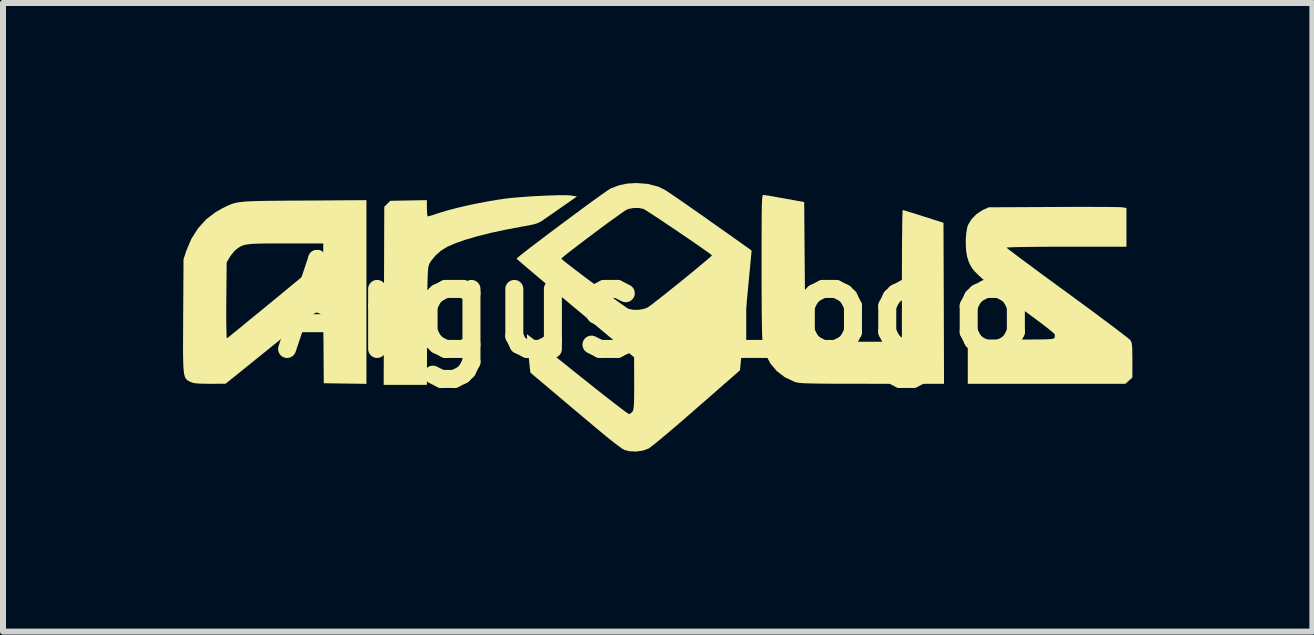
<source format=kicad_pcb>
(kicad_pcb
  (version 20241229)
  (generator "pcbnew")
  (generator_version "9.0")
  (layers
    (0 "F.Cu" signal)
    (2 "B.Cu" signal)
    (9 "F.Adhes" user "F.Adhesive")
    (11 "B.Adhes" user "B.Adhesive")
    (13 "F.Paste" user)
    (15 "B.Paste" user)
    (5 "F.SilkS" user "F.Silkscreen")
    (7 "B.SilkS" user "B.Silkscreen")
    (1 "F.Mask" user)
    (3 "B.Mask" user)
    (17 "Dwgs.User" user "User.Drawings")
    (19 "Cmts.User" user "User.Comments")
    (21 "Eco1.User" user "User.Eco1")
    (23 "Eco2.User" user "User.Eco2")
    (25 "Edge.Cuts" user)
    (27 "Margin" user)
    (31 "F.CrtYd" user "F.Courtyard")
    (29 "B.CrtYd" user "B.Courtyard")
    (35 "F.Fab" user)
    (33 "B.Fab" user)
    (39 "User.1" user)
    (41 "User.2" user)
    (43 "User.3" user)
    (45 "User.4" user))
  (footprint "Argus Logo"
    (layer "F.Cu")
    (at 7.877 2.086)
    (property "Reference" "Argus Logo" (at 0 0 0) (layer "F.SilkS") (effects (font (size 1.5 1.5) (thickness 0.3))))
    (attr board_only exclude_from_pos_files exclude_from_bom)
    (fp_poly (pts (xy -1.454 -1.882) (xy -1.408 -1.878) (xy -1.314 -1.862) (xy -1.533 -1.709) (xy -1.622 -1.647) (xy -1.71 -1.585) (xy -1.79 -1.53) (xy -1.851 -1.488) (xy -1.861 -1.48) (xy -1.905 -1.451) (xy -1.945 -1.429) (xy -1.988 -1.411) (xy -2.041 -1.396) (xy -2.113 -1.381) (xy -2.211 -1.363) (xy -2.24 -1.358) (xy -2.506 -1.308) (xy -2.751 -1.255) (xy -2.974 -1.199) (xy -3.17 -1.142) (xy -3.336 -1.084) (xy -3.47 -1.026) (xy -3.478 -1.022) (xy -3.579 -0.959) (xy -3.671 -0.878) (xy -3.744 -0.789) (xy -3.771 -0.743) (xy -3.778 -0.726) (xy -3.784 -0.706) (xy -3.79 -0.681) (xy -3.794 -0.646) (xy -3.798 -0.599) (xy -3.8 -0.536) (xy -3.803 -0.456) (xy -3.805 -0.354) (xy -3.806 -0.228) (xy -3.807 -0.075) (xy -3.809 0.108) (xy -3.81 0.301) (xy -3.814 1.277) (xy -4.174 1.277) (xy -4.534 1.277) (xy -4.529 -0.206) (xy -4.524 -1.69) (xy -4.474 -1.74) (xy -4.424 -1.79) (xy -4.119 -1.796) (xy -3.814 -1.801) (xy -3.814 -1.665) (xy -3.812 -1.6) (xy -3.807 -1.552) (xy -3.8 -1.53) (xy -3.799 -1.529) (xy -3.776 -1.535) (xy -3.728 -1.549) (xy -3.665 -1.57) (xy -3.65 -1.575) (xy -3.482 -1.627) (xy -3.286 -1.678) (xy -3.072 -1.727) (xy -2.849 -1.771) (xy -2.626 -1.809) (xy -2.509 -1.826) (xy -2.411 -1.837) (xy -2.293 -1.848) (xy -2.163 -1.858) (xy -2.026 -1.867) (xy -1.888 -1.874) (xy -1.755 -1.879) (xy -1.635 -1.883) (xy -1.532 -1.884)) (stroke (width 0) (type solid)) (fill yes) (layer "F.SilkS"))
    (fp_poly (pts (xy 1.822 -1.884) (xy 1.878 -1.876) (xy 1.957 -1.862) (xy 2.053 -1.845) (xy 2.15 -1.828) (xy 2.473 -1.769) (xy 2.482 -0.682) (xy 2.484 -0.452) (xy 2.486 -0.254) (xy 2.488 -0.088) (xy 2.49 0.052) (xy 2.493 0.166) (xy 2.497 0.257) (xy 2.502 0.33) (xy 2.508 0.385) (xy 2.516 0.427) (xy 2.526 0.457) (xy 2.538 0.478) (xy 2.552 0.494) (xy 2.57 0.506) (xy 2.59 0.519) (xy 2.596 0.523) (xy 2.612 0.531) (xy 2.631 0.538) (xy 2.656 0.544) (xy 2.691 0.549) (xy 2.74 0.552) (xy 2.805 0.554) (xy 2.891 0.556) (xy 3.002 0.557) (xy 3.14 0.557) (xy 3.309 0.558) (xy 3.377 0.558) (xy 4.101 0.558) (xy 4.101 -0.54) (xy 4.102 -0.735) (xy 4.102 -0.919) (xy 4.103 -1.088) (xy 4.105 -1.241) (xy 4.106 -1.373) (xy 4.108 -1.482) (xy 4.11 -1.564) (xy 4.112 -1.616) (xy 4.115 -1.636) (xy 4.115 -1.636) (xy 4.135 -1.631) (xy 4.185 -1.616) (xy 4.257 -1.594) (xy 4.348 -1.566) (xy 4.451 -1.533) (xy 4.461 -1.53) (xy 4.794 -1.424) (xy 4.799 -0.082) (xy 4.803 1.259) (xy 3.602 1.259) (xy 3.365 1.258) (xy 3.16 1.258) (xy 2.986 1.258) (xy 2.839 1.257) (xy 2.718 1.256) (xy 2.619 1.254) (xy 2.539 1.252) (xy 2.476 1.25) (xy 2.426 1.247) (xy 2.388 1.243) (xy 2.358 1.238) (xy 2.334 1.233) (xy 2.313 1.226) (xy 2.303 1.222) (xy 2.149 1.149) (xy 2.018 1.049) (xy 1.912 0.924) (xy 1.834 0.779) (xy 1.789 0.635) (xy 1.784 0.603) (xy 1.779 0.562) (xy 1.776 0.508) (xy 1.772 0.439) (xy 1.77 0.352) (xy 1.768 0.245) (xy 1.766 0.114) (xy 1.765 -0.042) (xy 1.764 -0.226) (xy 1.763 -0.441) (xy 1.763 -0.688) (xy 1.763 -0.926) (xy 1.763 -1.13) (xy 1.764 -1.303) (xy 1.764 -1.447) (xy 1.765 -1.566) (xy 1.766 -1.661) (xy 1.768 -1.736) (xy 1.771 -1.792) (xy 1.773 -1.833) (xy 1.777 -1.86) (xy 1.781 -1.877) (xy 1.786 -1.885) (xy 1.792 -1.888) (xy 1.794 -1.888)) (stroke (width 0) (type solid)) (fill yes) (layer "F.SilkS"))
    (fp_poly (pts (xy 7.334 -1.688) (xy 7.473 -1.688) (xy 7.589 -1.687) (xy 7.679 -1.685) (xy 7.74 -1.684) (xy 7.767 -1.682) (xy 7.843 -1.671) (xy 7.843 -1.348) (xy 7.843 -1.025) (xy 6.845 -1.025) (xy 6.653 -1.025) (xy 6.474 -1.024) (xy 6.312 -1.023) (xy 6.169 -1.021) (xy 6.049 -1.019) (xy 5.954 -1.017) (xy 5.887 -1.014) (xy 5.851 -1.011) (xy 5.846 -1.01) (xy 5.86 -0.997) (xy 5.901 -0.964) (xy 5.967 -0.914) (xy 6.054 -0.848) (xy 6.162 -0.768) (xy 6.287 -0.676) (xy 6.426 -0.572) (xy 6.579 -0.46) (xy 6.742 -0.341) (xy 6.863 -0.253) (xy 7.033 -0.128) (xy 7.196 -0.009) (xy 7.347 0.103) (xy 7.486 0.207) (xy 7.61 0.299) (xy 7.715 0.379) (xy 7.801 0.445) (xy 7.863 0.494) (xy 7.901 0.526) (xy 7.911 0.536) (xy 7.923 0.56) (xy 7.932 0.592) (xy 7.937 0.638) (xy 7.94 0.705) (xy 7.941 0.799) (xy 7.942 0.869) (xy 7.941 1.155) (xy 7.883 1.207) (xy 7.825 1.259) (xy 6.512 1.259) (xy 5.199 1.259) (xy 5.199 0.89) (xy 5.199 0.522) (xy 5.916 0.522) (xy 6.097 0.522) (xy 6.245 0.521) (xy 6.364 0.52) (xy 6.456 0.519) (xy 6.526 0.517) (xy 6.576 0.514) (xy 6.609 0.51) (xy 6.63 0.505) (xy 6.641 0.498) (xy 6.645 0.492) (xy 6.65 0.45) (xy 6.647 0.434) (xy 6.63 0.416) (xy 6.588 0.38) (xy 6.525 0.329) (xy 6.443 0.266) (xy 6.349 0.195) (xy 6.244 0.117) (xy 6.237 0.112) (xy 6.043 -0.03) (xy 5.876 -0.153) (xy 5.734 -0.26) (xy 5.614 -0.351) (xy 5.515 -0.43) (xy 5.434 -0.498) (xy 5.369 -0.558) (xy 5.318 -0.61) (xy 5.278 -0.658) (xy 5.248 -0.704) (xy 5.225 -0.749) (xy 5.207 -0.796) (xy 5.192 -0.846) (xy 5.188 -0.858) (xy 5.173 -0.942) (xy 5.166 -1.044) (xy 5.166 -1.153) (xy 5.174 -1.256) (xy 5.189 -1.344) (xy 5.203 -1.388) (xy 5.259 -1.48) (xy 5.339 -1.564) (xy 5.433 -1.628) (xy 5.455 -1.639) (xy 5.55 -1.682) (xy 6.62 -1.687) (xy 6.815 -1.688) (xy 7.001 -1.689) (xy 7.175 -1.689)) (stroke (width 0) (type solid)) (fill yes) (layer "F.SilkS"))
    (fp_poly (pts (xy -4.821 -0.27) (xy -4.821 1.26) (xy -5.176 1.255) (xy -5.532 1.25) (xy -5.536 0.693) (xy -5.537 0.536) (xy -5.539 0.412) (xy -5.54 0.316) (xy -5.543 0.244) (xy -5.546 0.192) (xy -5.551 0.156) (xy -5.557 0.133) (xy -5.564 0.118) (xy -5.574 0.107) (xy -5.578 0.103) (xy -5.622 0.079) (xy -5.657 0.072) (xy -5.682 0.084) (xy -5.734 0.118) (xy -5.813 0.176) (xy -5.918 0.256) (xy -6.049 0.358) (xy -6.206 0.483) (xy -6.389 0.629) (xy -6.433 0.665) (xy -7.168 1.258) (xy -7.429 1.259) (xy -7.539 1.258) (xy -7.619 1.255) (xy -7.676 1.25) (xy -7.718 1.241) (xy -7.751 1.229) (xy -7.753 1.228) (xy -7.78 1.214) (xy -7.803 1.201) (xy -7.822 1.184) (xy -7.838 1.162) (xy -7.85 1.131) (xy -7.86 1.088) (xy -7.867 1.031) (xy -7.872 0.957) (xy -7.875 0.862) (xy -7.877 0.744) (xy -7.877 0.6) (xy -7.876 0.427) (xy -7.875 0.223) (xy -7.875 0.126) (xy -7.874 0.018) (xy -7.157 0.018) (xy -7.157 0.153) (xy -7.156 0.271) (xy -7.154 0.369) (xy -7.152 0.442) (xy -7.149 0.488) (xy -7.146 0.501) (xy -7.129 0.489) (xy -7.088 0.456) (xy -7.024 0.404) (xy -6.939 0.335) (xy -6.837 0.251) (xy -6.72 0.155) (xy -6.59 0.049) (xy -6.45 -0.066) (xy -6.335 -0.16) (xy -5.541 -0.816) (xy -5.541 -0.947) (xy -5.541 -1.079) (xy -6.171 -1.079) (xy -6.347 -1.079) (xy -6.491 -1.079) (xy -6.607 -1.077) (xy -6.699 -1.074) (xy -6.771 -1.068) (xy -6.827 -1.06) (xy -6.871 -1.05) (xy -6.907 -1.035) (xy -6.939 -1.017) (xy -6.971 -0.995) (xy -6.99 -0.981) (xy -7.033 -0.939) (xy -7.078 -0.882) (xy -7.099 -0.851) (xy -7.15 -0.765) (xy -7.156 -0.129) (xy -7.157 0.018) (xy -7.874 0.018) (xy -7.869 -0.818) (xy -7.821 -0.962) (xy -7.737 -1.159) (xy -7.627 -1.332) (xy -7.492 -1.481) (xy -7.332 -1.603) (xy -7.222 -1.665) (xy -7.173 -1.69) (xy -7.128 -1.711) (xy -7.087 -1.729) (xy -7.044 -1.744) (xy -6.998 -1.756) (xy -6.944 -1.766) (xy -6.88 -1.774) (xy -6.803 -1.78) (xy -6.709 -1.784) (xy -6.595 -1.787) (xy -6.458 -1.79) (xy -6.295 -1.791) (xy -6.103 -1.793) (xy -5.878 -1.794) (xy -5.86 -1.794) (xy -4.821 -1.801)) (stroke (width 0) (type solid)) (fill yes) (layer "F.SilkS"))
    (fp_poly (pts (xy -0.136 -2.072) (xy 0.032 -2.029) (xy 0.134 -1.982) (xy 0.168 -1.962) (xy 0.227 -1.923) (xy 0.308 -1.868) (xy 0.409 -1.799) (xy 0.525 -1.718) (xy 0.654 -1.628) (xy 0.792 -1.532) (xy 0.908 -1.449) (xy 1.047 -1.351) (xy 1.177 -1.26) (xy 1.294 -1.177) (xy 1.396 -1.105) (xy 1.48 -1.045) (xy 1.544 -1) (xy 1.583 -0.972) (xy 1.596 -0.963) (xy 1.595 -0.945) (xy 1.591 -0.895) (xy 1.583 -0.815) (xy 1.574 -0.709) (xy 1.561 -0.58) (xy 1.547 -0.432) (xy 1.531 -0.267) (xy 1.514 -0.089) (xy 1.501 0.037) (xy 1.403 1.034) (xy 1.351 1.079) (xy 1.328 1.1) (xy 1.28 1.142) (xy 1.211 1.202) (xy 1.123 1.279) (xy 1.02 1.369) (xy 0.904 1.471) (xy 0.777 1.581) (xy 0.644 1.698) (xy 0.631 1.709) (xy 0.497 1.826) (xy 0.367 1.938) (xy 0.247 2.04) (xy 0.138 2.132) (xy 0.044 2.21) (xy -0.032 2.272) (xy -0.088 2.315) (xy -0.119 2.337) (xy -0.121 2.338) (xy -0.215 2.372) (xy -0.325 2.388) (xy -0.436 2.383) (xy -0.516 2.364) (xy -0.554 2.343) (xy -0.618 2.298) (xy -0.704 2.233) (xy -0.813 2.146) (xy -0.94 2.041) (xy -1.019 1.975) (xy -1.221 1.805) (xy -1.396 1.658) (xy -1.547 1.53) (xy -1.676 1.422) (xy -1.783 1.331) (xy -1.872 1.256) (xy -1.942 1.197) (xy -1.997 1.151) (xy -2.037 1.117) (xy -2.065 1.093) (xy -2.081 1.079) (xy -2.088 1.073) (xy -2.088 1.073) (xy -2.092 1.053) (xy -2.097 1.006) (xy -2.105 0.936) (xy -2.113 0.852) (xy -2.122 0.761) (xy -2.13 0.669) (xy -2.138 0.583) (xy -2.144 0.511) (xy -2.147 0.459) (xy -2.148 0.435) (xy -2.148 0.434) (xy -2.133 0.443) (xy -2.093 0.474) (xy -2.029 0.523) (xy -1.945 0.588) (xy -1.843 0.669) (xy -1.725 0.763) (xy -1.594 0.867) (xy -1.452 0.981) (xy -1.31 1.095) (xy -1.159 1.215) (xy -1.016 1.329) (xy -0.883 1.434) (xy -0.763 1.527) (xy -0.659 1.608) (xy -0.573 1.674) (xy -0.507 1.723) (xy -0.464 1.753) (xy -0.447 1.763) (xy -0.414 1.749) (xy -0.388 1.723) (xy -0.379 1.705) (xy -0.372 1.677) (xy -0.367 1.635) (xy -0.363 1.575) (xy -0.361 1.491) (xy -0.36 1.38) (xy -0.36 1.251) (xy -0.361 0.818) (xy -1.341 0.001) (xy -1.503 -0.134) (xy -1.656 -0.262) (xy -1.799 -0.382) (xy -1.929 -0.492) (xy -2.044 -0.589) (xy -2.142 -0.672) (xy -2.221 -0.739) (xy -2.278 -0.789) (xy -2.312 -0.818) (xy -2.32 -0.826) (xy -2.319 -0.827) (xy -1.573 -0.827) (xy -1.555 -0.809) (xy -1.511 -0.772) (xy -1.446 -0.721) (xy -1.363 -0.657) (xy -1.268 -0.584) (xy -1.163 -0.505) (xy -1.052 -0.422) (xy -0.941 -0.339) (xy -0.832 -0.258) (xy -0.729 -0.183) (xy -0.637 -0.116) (xy -0.559 -0.06) (xy -0.499 -0.019) (xy -0.462 0.005) (xy -0.454 0.01) (xy -0.37 0.027) (xy -0.274 0.026) (xy -0.181 0.006) (xy -0.138 -0.012) (xy -0.111 -0.03) (xy -0.062 -0.066) (xy 0.006 -0.119) (xy 0.09 -0.184) (xy 0.184 -0.259) (xy 0.286 -0.341) (xy 0.393 -0.426) (xy 0.499 -0.512) (xy 0.602 -0.596) (xy 0.697 -0.675) (xy 0.781 -0.745) (xy 0.851 -0.803) (xy 0.902 -0.847) (xy 0.93 -0.874) (xy 0.935 -0.881) (xy 0.921 -0.894) (xy 0.881 -0.924) (xy 0.818 -0.969) (xy 0.738 -1.025) (xy 0.643 -1.091) (xy 0.538 -1.163) (xy 0.427 -1.238) (xy 0.314 -1.315) (xy 0.202 -1.39) (xy 0.096 -1.461) (xy 0.000086 -1.525) (xy -0.083 -1.579) (xy -0.148 -1.62) (xy -0.191 -1.647) (xy -0.207 -1.655) (xy -0.282 -1.671) (xy -0.37 -1.67) (xy -0.452 -1.655) (xy -0.486 -1.641) (xy -0.518 -1.622) (xy -0.572 -1.585) (xy -0.644 -1.533) (xy -0.732 -1.47) (xy -0.83 -1.399) (xy -0.935 -1.321) (xy -1.043 -1.24) (xy -1.151 -1.159) (xy -1.254 -1.081) (xy -1.349 -1.008) (xy -1.433 -0.944) (xy -1.5 -0.891) (xy -1.547 -0.852) (xy -1.571 -0.83) (xy -1.573 -0.827) (xy -2.319 -0.827) (xy -2.305 -0.841) (xy -2.265 -0.874) (xy -2.202 -0.924) (xy -2.12 -0.988) (xy -2.022 -1.063) (xy -1.911 -1.147) (xy -1.79 -1.239) (xy -1.663 -1.334) (xy -1.533 -1.431) (xy -1.402 -1.528) (xy -1.275 -1.622) (xy -1.155 -1.711) (xy -1.044 -1.792) (xy -0.946 -1.862) (xy -0.865 -1.92) (xy -0.803 -1.963) (xy -0.764 -1.989) (xy -0.754 -1.994) (xy -0.615 -2.048) (xy -0.477 -2.077) (xy -0.323 -2.086) (xy -0.323 -2.086)) (stroke (width 0) (type solid)) (fill yes) (layer "F.SilkS")))
  (gr_rect
    (start -3 -3)
    (end 18.818 7.474)
    (stroke (width 0.1) (type default))
    (fill no)
    (layer "Edge.Cuts")))
</source>
